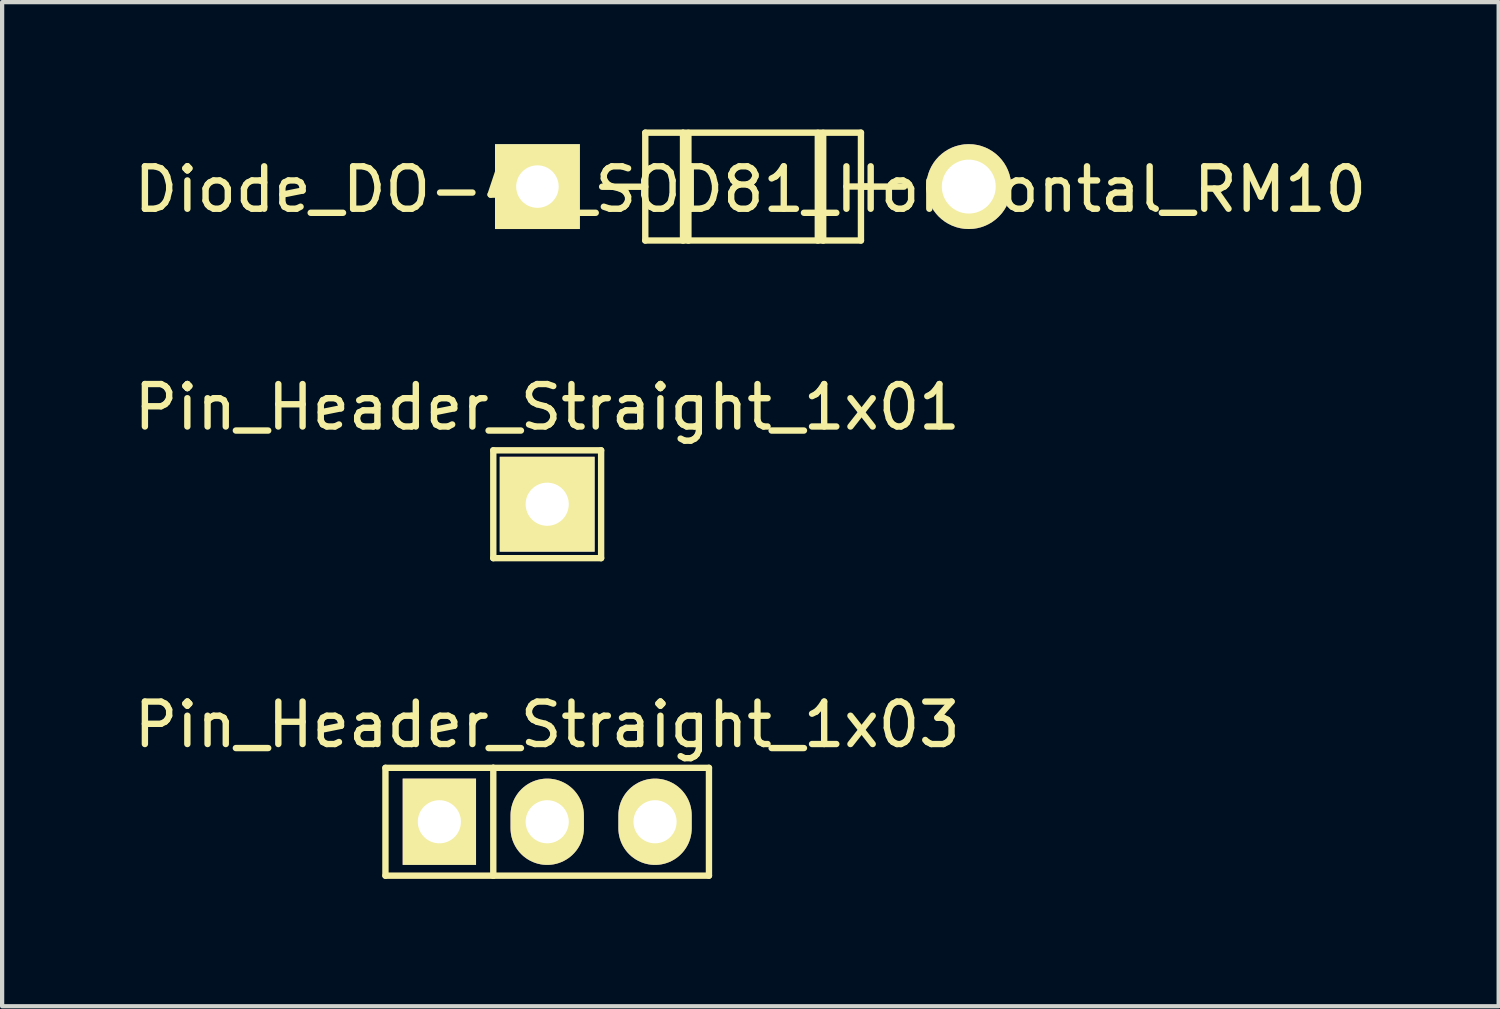
<source format=kicad_pcb>
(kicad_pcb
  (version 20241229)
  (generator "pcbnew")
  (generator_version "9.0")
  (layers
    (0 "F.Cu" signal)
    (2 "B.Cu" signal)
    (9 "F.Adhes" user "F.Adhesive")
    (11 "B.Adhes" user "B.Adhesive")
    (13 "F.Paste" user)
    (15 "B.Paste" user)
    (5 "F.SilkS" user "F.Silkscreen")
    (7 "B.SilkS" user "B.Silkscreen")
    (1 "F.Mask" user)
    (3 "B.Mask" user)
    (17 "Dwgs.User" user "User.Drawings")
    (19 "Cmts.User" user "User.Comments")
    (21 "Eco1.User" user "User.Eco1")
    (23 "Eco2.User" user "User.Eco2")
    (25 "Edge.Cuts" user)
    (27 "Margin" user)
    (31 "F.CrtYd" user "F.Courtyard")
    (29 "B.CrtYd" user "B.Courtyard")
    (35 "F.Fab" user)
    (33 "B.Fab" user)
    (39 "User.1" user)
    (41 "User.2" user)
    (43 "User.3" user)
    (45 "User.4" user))
  (footprint "Pin_Header_Straight_1x03"
    (layer "F.Cu")
    (at 9.839 16.306)
    (property "Reference" "Pin_Header_Straight_1x03" (at 0 -2.286 0) (layer "F.SilkS") (effects (font (size 1 1) (thickness 0.15))))
    (attr through_hole)
    (fp_line (start -3.81 -1.27) (end -3.81 1.27) (stroke (width 0.15) (type solid)) (layer "F.SilkS"))
    (fp_line (start -3.81 -1.27) (end -1.27 -1.27) (stroke (width 0.15) (type solid)) (layer "F.SilkS"))
    (fp_line (start -3.81 1.27) (end -1.27 1.27) (stroke (width 0.15) (type solid)) (layer "F.SilkS"))
    (fp_line (start -1.27 -1.27) (end -1.27 1.27) (stroke (width 0.15) (type solid)) (layer "F.SilkS"))
    (fp_line (start -1.27 1.27) (end 3.81 1.27) (stroke (width 0.15) (type solid)) (layer "F.SilkS"))
    (fp_line (start 3.81 -1.27) (end -1.27 -1.27) (stroke (width 0.15) (type solid)) (layer "F.SilkS"))
    (fp_line (start 3.81 1.27) (end 3.81 -1.27) (stroke (width 0.15) (type solid)) (layer "F.SilkS"))
    (pad "1" thru_hole rect (at -2.54 0) (size 1.727 2.032) (drill 1.016) (layers "*.Cu" "*.Mask" "F.SilkS"))
    (pad "2" thru_hole oval (at 0 0) (size 1.727 2.032) (drill 1.016) (layers "*.Cu" "*.Mask" "F.SilkS"))
    (pad "3" thru_hole oval (at 2.54 0) (size 1.727 2.032) (drill 1.016) (layers "*.Cu" "*.Mask" "F.SilkS")))
  (footprint "Pin_Header_Straight_1x01"
    (layer "F.Cu")
    (at 9.839 8.827)
    (property "Reference" "Pin_Header_Straight_1x01" (at 0 -2.286 0) (layer "F.SilkS") (effects (font (size 1 1) (thickness 0.15))))
    (attr through_hole)
    (fp_line (start -1.27 -1.27) (end -1.27 1.27) (stroke (width 0.15) (type solid)) (layer "F.SilkS"))
    (fp_line (start -1.27 1.27) (end 1.27 1.27) (stroke (width 0.15) (type solid)) (layer "F.SilkS"))
    (fp_line (start 1.27 -1.27) (end -1.27 -1.27) (stroke (width 0.15) (type solid)) (layer "F.SilkS"))
    (fp_line (start 1.27 1.27) (end 1.27 -1.27) (stroke (width 0.15) (type solid)) (layer "F.SilkS"))
    (pad "1" thru_hole rect (at 0 0) (size 2.235 2.235) (drill 1.016) (layers "*.Cu" "*.Mask" "F.SilkS")))
  (footprint "Diode_DO-41_SOD81_Horizontal_RM10"
    (layer "F.Cu")
    (at 9.609 1.348)
    (property "Reference" "Diode_DO-41_SOD81_Horizontal_RM10" (at 5.016 0.064 0) (layer "F.SilkS") (effects (font (size 1 1) (thickness 0.15))))
    (attr through_hole)
    (fp_line (start 1.524 0) (end 2.54 0) (stroke (width 0.15) (type solid)) (layer "F.SilkS"))
    (fp_line (start 2.54 -1.273) (end 7.62 -1.273) (stroke (width 0.15) (type solid)) (layer "F.SilkS"))
    (fp_line (start 2.54 1.267) (end 2.54 -1.273) (stroke (width 0.15) (type solid)) (layer "F.SilkS"))
    (fp_line (start 3.429 -1.27) (end 3.429 -1.206) (stroke (width 0.15) (type solid)) (layer "F.SilkS"))
    (fp_line (start 3.429 1.27) (end 3.429 -1.27) (stroke (width 0.15) (type solid)) (layer "F.SilkS"))
    (fp_line (start 3.556 1.27) (end 3.556 -1.27) (stroke (width 0.15) (type solid)) (layer "F.SilkS"))
    (fp_line (start 6.604 -1.27) (end 6.604 1.27) (stroke (width 0.15) (type solid)) (layer "F.SilkS"))
    (fp_line (start 6.731 -1.27) (end 6.731 1.27) (stroke (width 0.15) (type solid)) (layer "F.SilkS"))
    (fp_line (start 7.62 -1.273) (end 7.62 1.267) (stroke (width 0.15) (type solid)) (layer "F.SilkS"))
    (fp_line (start 7.62 -0.003) (end 8.636 -0.003) (stroke (width 0.15) (type solid)) (layer "F.SilkS"))
    (fp_line (start 7.62 1.267) (end 2.54 1.267) (stroke (width 0.15) (type solid)) (layer "F.SilkS"))
    (pad "1" thru_hole rect (at 0 -0.003 180) (size 1.999 1.999) (drill 1.001) (layers "*.Cu" "*.Mask" "F.SilkS"))
    (pad "2" thru_hole circle (at 10.16 -0.003 180) (size 1.999 1.999) (drill 1.27) (layers "*.Cu" "*.Mask" "F.SilkS")))
  (gr_rect
    (start -3 -3)
    (end 32.25 20.651)
    (stroke (width 0.1) (type default))
    (fill no)
    (layer "Edge.Cuts")))
</source>
